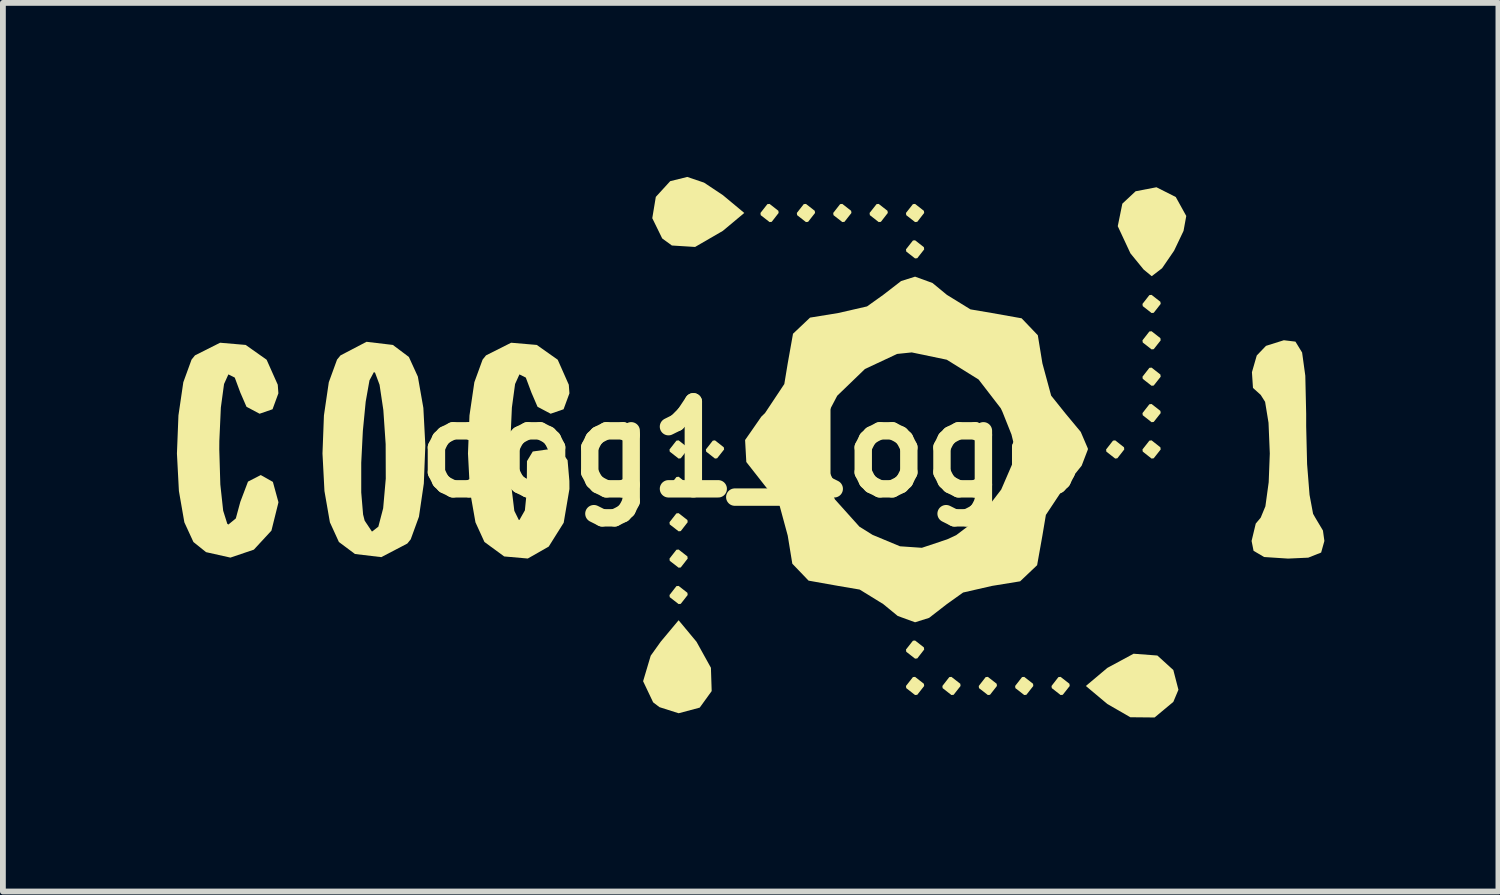
<source format=kicad_pcb>
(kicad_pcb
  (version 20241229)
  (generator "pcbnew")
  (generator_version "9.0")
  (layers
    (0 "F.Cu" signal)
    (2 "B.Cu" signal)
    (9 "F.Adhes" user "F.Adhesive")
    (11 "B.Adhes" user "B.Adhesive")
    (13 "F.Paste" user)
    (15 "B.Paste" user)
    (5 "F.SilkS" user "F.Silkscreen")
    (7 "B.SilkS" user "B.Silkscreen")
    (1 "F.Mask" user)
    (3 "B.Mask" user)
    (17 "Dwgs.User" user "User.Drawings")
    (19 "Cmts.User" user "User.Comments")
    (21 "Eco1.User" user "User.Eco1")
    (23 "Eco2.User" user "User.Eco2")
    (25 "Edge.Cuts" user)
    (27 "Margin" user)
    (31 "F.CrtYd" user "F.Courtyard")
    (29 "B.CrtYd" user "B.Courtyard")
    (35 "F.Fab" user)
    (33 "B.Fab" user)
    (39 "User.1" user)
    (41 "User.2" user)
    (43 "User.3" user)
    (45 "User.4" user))
  (footprint "cog1_logo"
    (layer "F.Cu")
    (at 9.902 4.698)
    (property "Reference" "cog1_logo" (at 0 0 0) (layer "F.SilkS") (effects (font (size 1.5 1.5) (thickness 0.3))))
    (attr board_only exclude_from_pos_files exclude_from_bom)
    (fp_poly (pts (xy -1.102 -0.037) (xy -1.098 0) (xy -1.217 0.152) (xy -1.254 0.157) (xy -1.407 0.037) (xy -1.411 0) (xy -1.292 -0.152) (xy -1.254 -0.157)) (stroke (width 0) (type solid)) (fill yes) (layer "F.SilkS"))
    (fp_poly (pts (xy -1.102 0.59) (xy -1.098 0.627) (xy -1.217 0.779) (xy -1.254 0.784) (xy -1.407 0.665) (xy -1.411 0.627) (xy -1.292 0.475) (xy -1.254 0.47)) (stroke (width 0) (type solid)) (fill yes) (layer "F.SilkS"))
    (fp_poly (pts (xy -1.102 1.217) (xy -1.098 1.254) (xy -1.217 1.407) (xy -1.254 1.411) (xy -1.407 1.292) (xy -1.411 1.254) (xy -1.292 1.102) (xy -1.254 1.098)) (stroke (width 0) (type solid)) (fill yes) (layer "F.SilkS"))
    (fp_poly (pts (xy -1.102 1.844) (xy -1.098 1.881) (xy -1.217 2.034) (xy -1.254 2.038) (xy -1.407 1.919) (xy -1.411 1.881) (xy -1.292 1.729) (xy -1.254 1.725)) (stroke (width 0) (type solid)) (fill yes) (layer "F.SilkS"))
    (fp_poly (pts (xy -1.102 2.471) (xy -1.098 2.509) (xy -1.217 2.661) (xy -1.254 2.665) (xy -1.407 2.546) (xy -1.411 2.509) (xy -1.292 2.356) (xy -1.254 2.352)) (stroke (width 0) (type solid)) (fill yes) (layer "F.SilkS"))
    (fp_poly (pts (xy -0.475 -0.037) (xy -0.47 0) (xy -0.59 0.152) (xy -0.627 0.157) (xy -0.779 0.037) (xy -0.784 0) (xy -0.665 -0.152) (xy -0.627 -0.157)) (stroke (width 0) (type solid)) (fill yes) (layer "F.SilkS"))
    (fp_poly (pts (xy 0.466 -4.114) (xy 0.47 -4.077) (xy 0.351 -3.924) (xy 0.314 -3.92) (xy 0.161 -4.039) (xy 0.157 -4.077) (xy 0.276 -4.229) (xy 0.314 -4.233)) (stroke (width 0) (type solid)) (fill yes) (layer "F.SilkS"))
    (fp_poly (pts (xy 1.093 -4.114) (xy 1.098 -4.077) (xy 0.978 -3.924) (xy 0.941 -3.92) (xy 0.789 -4.039) (xy 0.784 -4.077) (xy 0.903 -4.229) (xy 0.941 -4.233)) (stroke (width 0) (type solid)) (fill yes) (layer "F.SilkS"))
    (fp_poly (pts (xy 1.72 -4.114) (xy 1.725 -4.077) (xy 1.605 -3.924) (xy 1.568 -3.92) (xy 1.416 -4.039) (xy 1.411 -4.077) (xy 1.53 -4.229) (xy 1.568 -4.233)) (stroke (width 0) (type solid)) (fill yes) (layer "F.SilkS"))
    (fp_poly (pts (xy 2.347 -4.114) (xy 2.352 -4.077) (xy 2.233 -3.924) (xy 2.195 -3.92) (xy 2.043 -4.039) (xy 2.038 -4.077) (xy 2.158 -4.229) (xy 2.195 -4.233)) (stroke (width 0) (type solid)) (fill yes) (layer "F.SilkS"))
    (fp_poly (pts (xy 2.974 -4.114) (xy 2.979 -4.077) (xy 2.86 -3.924) (xy 2.822 -3.92) (xy 2.67 -4.039) (xy 2.665 -4.077) (xy 2.785 -4.229) (xy 2.822 -4.233)) (stroke (width 0) (type solid)) (fill yes) (layer "F.SilkS"))
    (fp_poly (pts (xy 2.974 -3.487) (xy 2.979 -3.449) (xy 2.86 -3.297) (xy 2.822 -3.293) (xy 2.67 -3.412) (xy 2.665 -3.449) (xy 2.785 -3.602) (xy 2.822 -3.606)) (stroke (width 0) (type solid)) (fill yes) (layer "F.SilkS"))
    (fp_poly (pts (xy 2.974 3.412) (xy 2.979 3.449) (xy 2.86 3.602) (xy 2.822 3.606) (xy 2.67 3.487) (xy 2.665 3.449) (xy 2.785 3.297) (xy 2.822 3.293)) (stroke (width 0) (type solid)) (fill yes) (layer "F.SilkS"))
    (fp_poly (pts (xy 2.974 4.039) (xy 2.979 4.077) (xy 2.86 4.229) (xy 2.822 4.233) (xy 2.67 4.114) (xy 2.665 4.077) (xy 2.785 3.924) (xy 2.822 3.92)) (stroke (width 0) (type solid)) (fill yes) (layer "F.SilkS"))
    (fp_poly (pts (xy 3.602 4.039) (xy 3.606 4.077) (xy 3.487 4.229) (xy 3.449 4.233) (xy 3.297 4.114) (xy 3.293 4.077) (xy 3.412 3.924) (xy 3.449 3.92)) (stroke (width 0) (type solid)) (fill yes) (layer "F.SilkS"))
    (fp_poly (pts (xy 4.229 4.039) (xy 4.233 4.077) (xy 4.114 4.229) (xy 4.077 4.233) (xy 3.924 4.114) (xy 3.92 4.077) (xy 4.039 3.924) (xy 4.077 3.92)) (stroke (width 0) (type solid)) (fill yes) (layer "F.SilkS"))
    (fp_poly (pts (xy 4.856 4.039) (xy 4.86 4.077) (xy 4.741 4.229) (xy 4.704 4.233) (xy 4.551 4.114) (xy 4.547 4.077) (xy 4.666 3.924) (xy 4.704 3.92)) (stroke (width 0) (type solid)) (fill yes) (layer "F.SilkS"))
    (fp_poly (pts (xy 5.483 4.039) (xy 5.488 4.077) (xy 5.368 4.229) (xy 5.331 4.233) (xy 5.179 4.114) (xy 5.174 4.077) (xy 5.293 3.924) (xy 5.331 3.92)) (stroke (width 0) (type solid)) (fill yes) (layer "F.SilkS"))
    (fp_poly (pts (xy 6.424 -0.037) (xy 6.428 0) (xy 6.309 0.152) (xy 6.272 0.157) (xy 6.119 0.037) (xy 6.115 0) (xy 6.234 -0.152) (xy 6.272 -0.157)) (stroke (width 0) (type solid)) (fill yes) (layer "F.SilkS"))
    (fp_poly (pts (xy 7.051 -2.546) (xy 7.056 -2.509) (xy 6.936 -2.356) (xy 6.899 -2.352) (xy 6.747 -2.471) (xy 6.742 -2.509) (xy 6.861 -2.661) (xy 6.899 -2.665)) (stroke (width 0) (type solid)) (fill yes) (layer "F.SilkS"))
    (fp_poly (pts (xy 7.051 -1.919) (xy 7.056 -1.881) (xy 6.936 -1.729) (xy 6.899 -1.725) (xy 6.747 -1.844) (xy 6.742 -1.881) (xy 6.861 -2.034) (xy 6.899 -2.038)) (stroke (width 0) (type solid)) (fill yes) (layer "F.SilkS"))
    (fp_poly (pts (xy 7.051 -1.292) (xy 7.056 -1.254) (xy 6.936 -1.102) (xy 6.899 -1.098) (xy 6.747 -1.217) (xy 6.742 -1.254) (xy 6.861 -1.407) (xy 6.899 -1.411)) (stroke (width 0) (type solid)) (fill yes) (layer "F.SilkS"))
    (fp_poly (pts (xy 7.051 -0.665) (xy 7.056 -0.627) (xy 6.936 -0.475) (xy 6.899 -0.47) (xy 6.747 -0.59) (xy 6.742 -0.627) (xy 6.861 -0.779) (xy 6.899 -0.784)) (stroke (width 0) (type solid)) (fill yes) (layer "F.SilkS"))
    (fp_poly (pts (xy 7.051 -0.037) (xy 7.056 0) (xy 6.936 0.152) (xy 6.899 0.157) (xy 6.747 0.037) (xy 6.742 0) (xy 6.861 -0.152) (xy 6.899 -0.157)) (stroke (width 0) (type solid)) (fill yes) (layer "F.SilkS"))
    (fp_poly (pts (xy 6.999 3.552) (xy 7.274 3.802) (xy 7.362 4.142) (xy 7.274 4.351) (xy 6.951 4.62) (xy 6.533 4.616) (xy 6.137 4.388) (xy 5.766 4.077) (xy 6.137 3.765) (xy 6.589 3.521)) (stroke (width 0) (type solid)) (fill yes) (layer "F.SilkS"))
    (fp_poly (pts (xy -0.946 3.314) (xy -0.697 3.763) (xy -0.684 4.165) (xy -0.89 4.45) (xy -1.254 4.547) (xy -1.584 4.442) (xy -1.693 4.359) (xy -1.866 3.995) (xy -1.735 3.555) (xy -1.563 3.314) (xy -1.254 2.944)) (stroke (width 0) (type solid)) (fill yes) (layer "F.SilkS"))
    (fp_poly (pts (xy -0.816 -4.6) (xy -0.492 -4.385) (xy -0.122 -4.077) (xy -0.492 -3.768) (xy -0.97 -3.491) (xy -1.37 -3.516) (xy -1.537 -3.638) (xy -1.708 -3.987) (xy -1.647 -4.354) (xy -1.399 -4.625) (xy -1.105 -4.698)) (stroke (width 0) (type solid)) (fill yes) (layer "F.SilkS"))
    (fp_poly (pts (xy 7.316 -4.352) (xy 7.497 -4.025) (xy 7.45 -3.768) (xy 7.287 -3.426) (xy 7.08 -3.124) (xy 6.904 -2.989) (xy 6.899 -2.989) (xy 6.762 -3.102) (xy 6.54 -3.374) (xy 6.535 -3.38) (xy 6.316 -3.849) (xy 6.395 -4.237) (xy 6.624 -4.451) (xy 6.983 -4.52)) (stroke (width 0) (type solid)) (fill yes) (layer "F.SilkS"))
    (fp_poly (pts (xy 9.379 -1.859) (xy 9.494 -1.671) (xy 9.549 -1.271) (xy 9.564 -0.615) (xy 9.564 -0.401) (xy 9.58 0.254) (xy 9.622 0.782) (xy 9.683 1.109) (xy 9.721 1.176) (xy 9.853 1.397) (xy 9.878 1.577) (xy 9.822 1.777) (xy 9.6 1.865) (xy 9.251 1.881) (xy 8.839 1.854) (xy 8.657 1.747) (xy 8.623 1.577) (xy 8.695 1.277) (xy 8.78 1.176) (xy 8.861 0.98) (xy 8.918 0.564) (xy 8.937 0.069) (xy 8.915 -0.46) (xy 8.856 -0.821) (xy 8.78 -0.941) (xy 8.647 -1.061) (xy 8.629 -1.332) (xy 8.712 -1.62) (xy 8.871 -1.786) (xy 9.179 -1.883)) (stroke (width 0) (type solid)) (fill yes) (layer "F.SilkS"))
    (fp_poly (pts (xy -8.717 -1.802) (xy -8.356 -1.547) (xy -8.164 -1.116) (xy -8.153 -0.968) (xy -8.254 -0.693) (xy -8.477 -0.616) (xy -8.703 -0.736) (xy -8.809 -0.98) (xy -8.905 -1.239) (xy -9.015 -1.294) (xy -9.09 -1.128) (xy -9.145 -0.722) (xy -9.171 -0.147) (xy -9.172 0) (xy -9.154 0.604) (xy -9.105 1.055) (xy -9.034 1.281) (xy -9.015 1.294) (xy -8.887 1.189) (xy -8.809 0.902) (xy -8.677 0.554) (xy -8.457 0.441) (xy -8.248 0.559) (xy -8.153 0.906) (xy -8.153 0.916) (xy -8.273 1.399) (xy -8.576 1.727) (xy -8.98 1.864) (xy -9.4 1.77) (xy -9.618 1.595) (xy -9.774 1.256) (xy -9.868 0.716) (xy -9.902 0.069) (xy -9.876 -0.587) (xy -9.792 -1.159) (xy -9.65 -1.549) (xy -9.591 -1.622) (xy -9.158 -1.84)) (stroke (width 0) (type solid)) (fill yes) (layer "F.SilkS"))
    (fp_poly (pts (xy -6.18 -1.802) (xy -5.904 -1.595) (xy -5.749 -1.256) (xy -5.654 -0.716) (xy -5.62 -0.069) (xy -5.646 0.587) (xy -5.73 1.159) (xy -5.872 1.549) (xy -5.931 1.622) (xy -6.379 1.856) (xy -6.833 1.802) (xy -7.11 1.595) (xy -7.265 1.256) (xy -7.355 0.74) (xy -6.725 0.74) (xy -6.693 1.121) (xy -6.666 1.227) (xy -6.54 1.416) (xy -6.43 1.331) (xy -6.347 1.014) (xy -6.302 0.503) (xy -6.304 -0.093) (xy -6.344 -0.68) (xy -6.409 -1.115) (xy -6.487 -1.324) (xy -6.507 -1.333) (xy -6.583 -1.191) (xy -6.648 -0.824) (xy -6.697 -0.321) (xy -6.725 0.23) (xy -6.725 0.74) (xy -7.355 0.74) (xy -7.359 0.716) (xy -7.393 0.069) (xy -7.368 -0.587) (xy -7.284 -1.159) (xy -7.142 -1.549) (xy -7.082 -1.622) (xy -6.634 -1.856)) (stroke (width 0) (type solid)) (fill yes) (layer "F.SilkS"))
    (fp_poly (pts (xy -3.699 -1.802) (xy -3.338 -1.547) (xy -3.147 -1.116) (xy -3.136 -0.968) (xy -3.237 -0.693) (xy -3.46 -0.616) (xy -3.686 -0.736) (xy -3.791 -0.98) (xy -3.888 -1.239) (xy -3.998 -1.294) (xy -4.073 -1.128) (xy -4.128 -0.722) (xy -4.154 -0.147) (xy -4.155 0) (xy -4.137 0.637) (xy -4.086 1.058) (xy -4.008 1.216) (xy -3.998 1.215) (xy -3.904 1.05) (xy -3.868 0.69) (xy -3.871 0.588) (xy -3.868 0.201) (xy -3.768 0.035) (xy -3.518 0) (xy -3.279 0.032) (xy -3.168 0.185) (xy -3.137 0.544) (xy -3.136 0.681) (xy -3.235 1.263) (xy -3.493 1.674) (xy -3.854 1.88) (xy -4.261 1.844) (xy -4.601 1.595) (xy -4.756 1.256) (xy -4.851 0.716) (xy -4.885 0.069) (xy -4.859 -0.587) (xy -4.775 -1.159) (xy -4.633 -1.549) (xy -4.574 -1.622) (xy -4.141 -1.84)) (stroke (width 0) (type solid)) (fill yes) (layer "F.SilkS"))
    (fp_poly (pts (xy 3.122 -2.87) (xy 3.371 -2.665) (xy 3.777 -2.415) (xy 4.148 -2.352) (xy 4.659 -2.261) (xy 4.938 -1.969) (xy 5.017 -1.485) (xy 5.168 -0.928) (xy 5.409 -0.627) (xy 5.678 -0.303) (xy 5.801 -0.016) (xy 5.801 0) (xy 5.694 0.279) (xy 5.433 0.605) (xy 5.409 0.627) (xy 5.077 1.128) (xy 5.017 1.485) (xy 4.926 1.995) (xy 4.633 2.273) (xy 4.148 2.352) (xy 3.65 2.466) (xy 3.371 2.665) (xy 3.064 2.903) (xy 2.822 2.979) (xy 2.523 2.87) (xy 2.273 2.665) (xy 1.867 2.415) (xy 1.497 2.352) (xy 0.986 2.261) (xy 0.706 1.969) (xy 0.627 1.485) (xy 0.476 0.928) (xy 0.235 0.627) (xy -0.087 0.216) (xy -0.108 -0.163) (xy -0.006 -0.309) (xy 1.175 -0.309) (xy 1.191 0.275) (xy 1.44 0.86) (xy 1.863 1.331) (xy 2.089 1.472) (xy 2.562 1.669) (xy 2.939 1.695) (xy 3.376 1.549) (xy 3.531 1.477) (xy 3.948 1.161) (xy 4.307 0.691) (xy 4.521 0.196) (xy 4.547 0) (xy 4.484 -0.258) (xy 4.329 -0.647) (xy 4.3 -0.709) (xy 3.917 -1.206) (xy 3.369 -1.547) (xy 2.765 -1.673) (xy 2.513 -1.647) (xy 1.958 -1.387) (xy 1.48 -0.926) (xy 1.191 -0.375) (xy 1.175 -0.309) (xy -0.006 -0.309) (xy 0.172 -0.566) (xy 0.235 -0.627) (xy 0.568 -1.128) (xy 0.627 -1.485) (xy 0.718 -1.995) (xy 1.012 -2.273) (xy 1.497 -2.352) (xy 1.994 -2.466) (xy 2.273 -2.665) (xy 2.581 -2.903) (xy 2.822 -2.979)) (stroke (width 0) (type solid)) (fill yes) (layer "F.SilkS")))
  (gr_rect
    (start -3 -3)
    (end 22.78 12.318)
    (stroke (width 0.1) (type default))
    (fill no)
    (layer "Edge.Cuts")))
</source>
